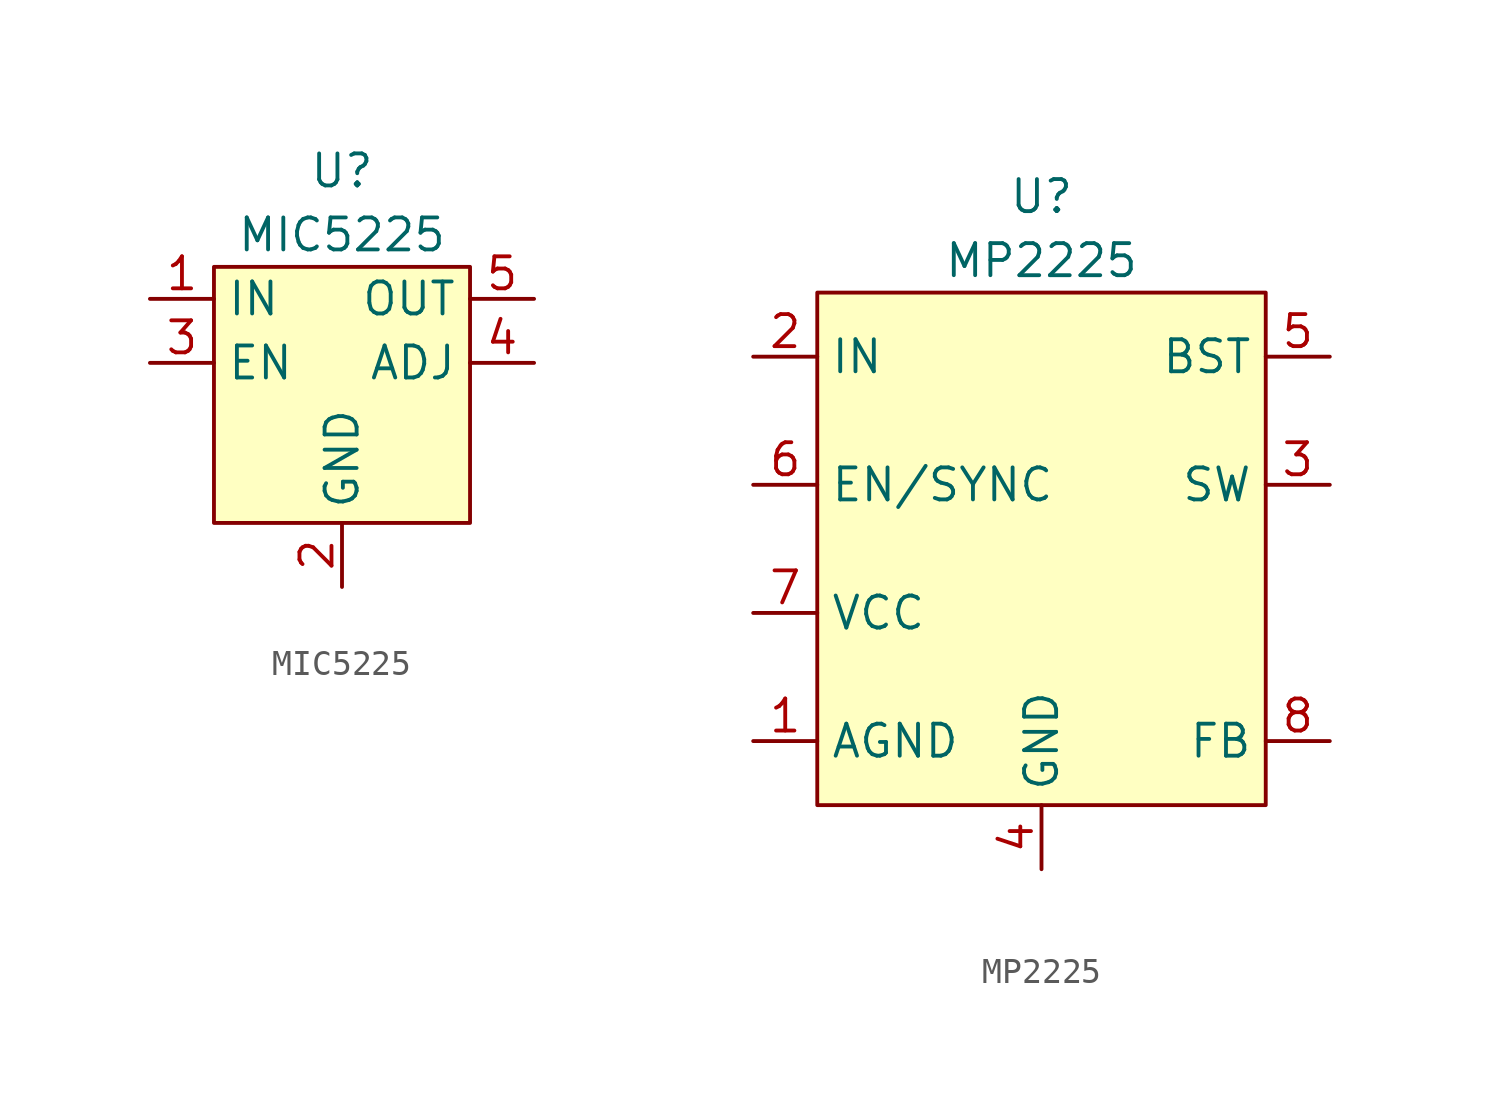
<source format=kicad_sym>
(kicad_symbol_lib
  (version 20231120)
  (generator "kicad_symbol_editor")
  (generator_version "8.0")
  (symbol "MIC5225"
    (property "Reference" "U"
      (at 0 8.89 0)
      (effects (font (size 1.27 1.27))))
    (property "Value" "MIC5225"
      (at 0 6.35 0)
      (effects (font (size 1.27 1.27))))
    (symbol "MIC5225_1_1"
      (rectangle (start -5.08 5.08) (end 5.08 -5.08) (stroke (width 0) (type default)) (fill (type background)))
      (pin power_in line (at -7.62 3.81 0) (length 2.54) (name "IN" (effects (font (size 1.27 1.27)))) (number "1" (effects (font (size 1.27 1.27)))))
      (pin power_in line (at 0 -7.62 90) (length 2.54) (name "GND" (effects (font (size 1.27 1.27)))) (number "2" (effects (font (size 1.27 1.27)))))
      (pin input line (at -7.62 1.27 0) (length 2.54) (name "EN" (effects (font (size 1.27 1.27)))) (number "3" (effects (font (size 1.27 1.27)))))
      (pin input line (at 7.62 1.27 180) (length 2.54) (name "ADJ" (effects (font (size 1.27 1.27)))) (number "4" (effects (font (size 1.27 1.27)))))
      (pin power_out line (at 7.62 3.81 180) (length 2.54) (name "OUT" (effects (font (size 1.27 1.27)))) (number "5" (effects (font (size 1.27 1.27)))))))
  (symbol "MP2225"
    (property "Reference" "U"
      (at 0 17.78 0)
      (effects (font (size 1.27 1.27))))
    (property "Value" "MP2225"
      (at 0 15.24 0)
      (effects (font (size 1.27 1.27))))
    (symbol "MP2225_0_1"
      (rectangle (start -8.89 13.97) (end 8.89 -6.35) (stroke (width 0) (type default)) (fill (type background))))
    (symbol "MP2225_1_1"
      (pin power_in line (at -11.43 -3.81 0) (length 2.54) (name "AGND" (effects (font (size 1.27 1.27)))) (number "1" (effects (font (size 1.27 1.27)))))
      (pin power_in line (at -11.43 11.43 0) (length 2.54) (name "IN" (effects (font (size 1.27 1.27)))) (number "2" (effects (font (size 1.27 1.27)))))
      (pin power_out line (at 11.43 6.35 180) (length 2.54) (name "SW" (effects (font (size 1.27 1.27)))) (number "3" (effects (font (size 1.27 1.27)))))
      (pin power_in line (at 0 -8.89 90) (length 2.54) (name "GND" (effects (font (size 1.27 1.27)))) (number "4" (effects (font (size 1.27 1.27)))))
      (pin bidirectional line (at 11.43 11.43 180) (length 2.54) (name "BST" (effects (font (size 1.27 1.27)))) (number "5" (effects (font (size 1.27 1.27)))))
      (pin input line (at -11.43 6.35 0) (length 2.54) (name "EN/SYNC" (effects (font (size 1.27 1.27)))) (number "6" (effects (font (size 1.27 1.27)))))
      (pin input line (at -11.43 1.27 0) (length 2.54) (name "VCC" (effects (font (size 1.27 1.27)))) (number "7" (effects (font (size 1.27 1.27)))))
      (pin input line (at 11.43 -3.81 180) (length 2.54) (name "FB" (effects (font (size 1.27 1.27)))) (number "8" (effects (font (size 1.27 1.27))))))))
</source>
